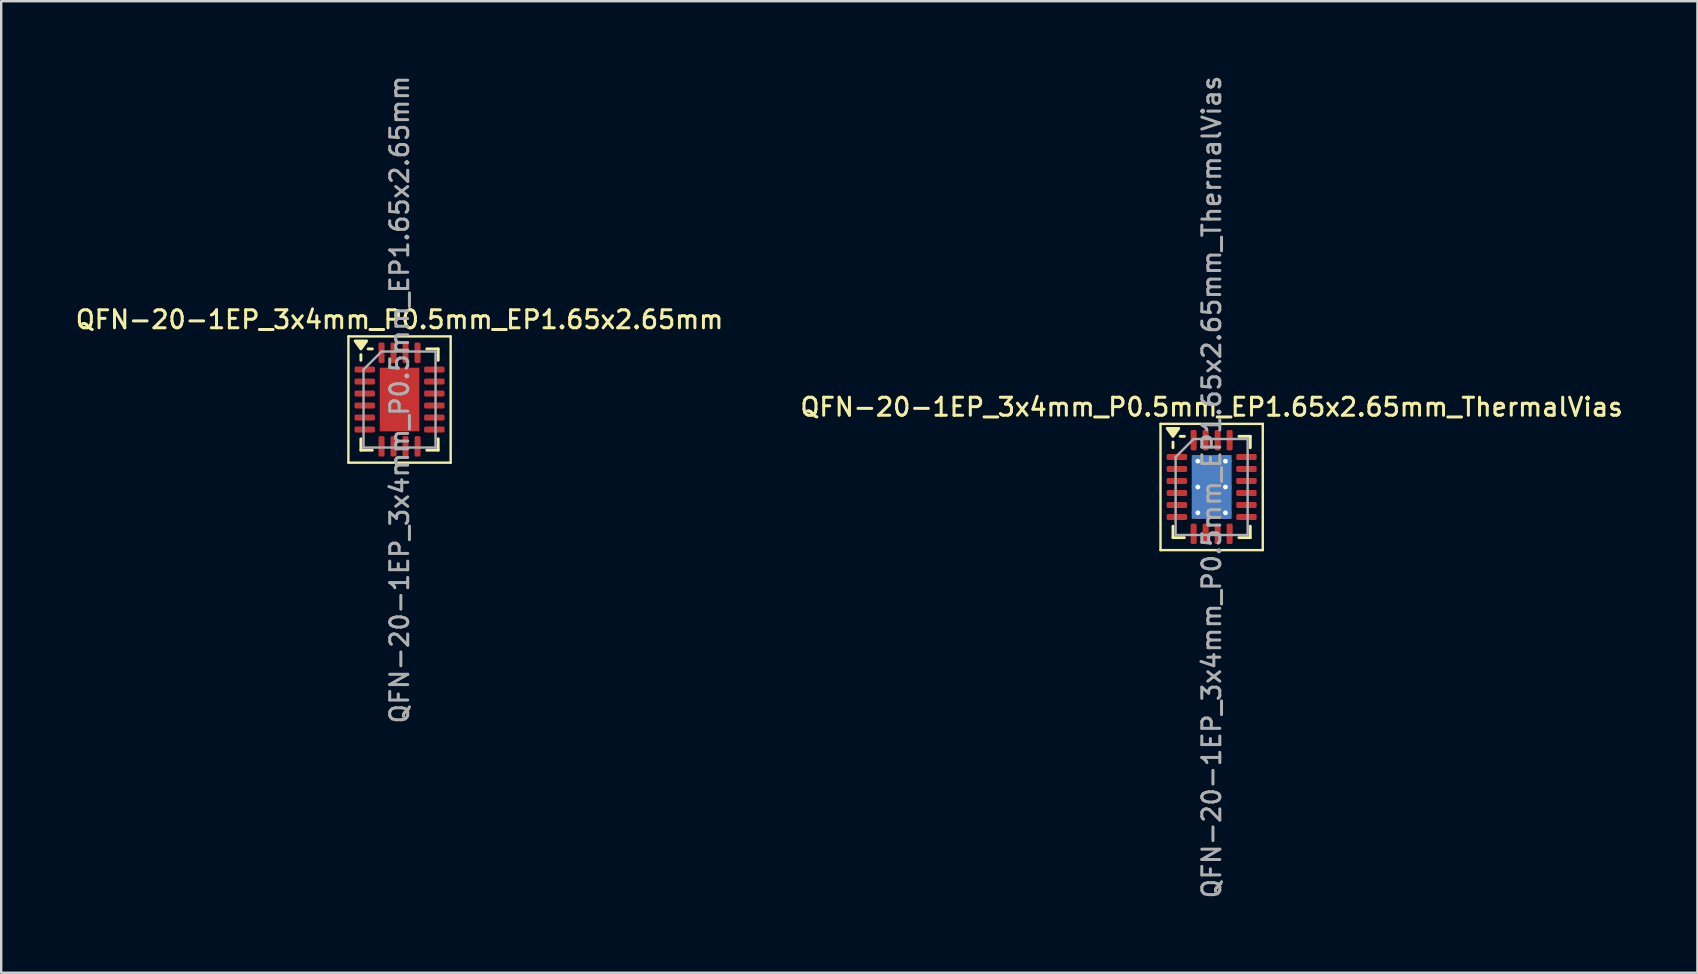
<source format=kicad_pcb>
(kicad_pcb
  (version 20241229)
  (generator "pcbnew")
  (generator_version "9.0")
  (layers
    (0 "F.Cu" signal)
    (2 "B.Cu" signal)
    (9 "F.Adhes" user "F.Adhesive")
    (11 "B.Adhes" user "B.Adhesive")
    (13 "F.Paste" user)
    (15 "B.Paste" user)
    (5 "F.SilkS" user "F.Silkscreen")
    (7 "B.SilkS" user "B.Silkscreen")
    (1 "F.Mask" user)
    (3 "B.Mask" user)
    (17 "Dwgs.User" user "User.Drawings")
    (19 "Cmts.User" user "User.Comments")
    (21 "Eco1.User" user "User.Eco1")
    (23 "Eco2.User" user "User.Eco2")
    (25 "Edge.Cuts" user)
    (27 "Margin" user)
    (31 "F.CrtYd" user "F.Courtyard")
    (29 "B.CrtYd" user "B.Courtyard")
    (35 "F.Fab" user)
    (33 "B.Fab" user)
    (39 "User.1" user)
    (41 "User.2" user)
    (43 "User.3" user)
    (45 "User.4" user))
  (footprint "QFN-20-1EP_3x4mm_P0.5mm_EP1.65x2.65mm"
    (layer "F.Cu")
    (at 13.595 13.595)
    (property "Reference" "QFN-20-1EP_3x4mm_P0.5mm_EP1.65x2.65mm" (at 0 -3.33 0) (layer "F.SilkS") (effects (font (size 0.75 0.75) (thickness 0.125))))
    (attr smd)
    (fp_line (start -2.13 -2.63) (end -2.13 2.63) (stroke (width 0.1) (type solid)) (layer "F.SilkS"))
    (fp_line (start -2.13 2.63) (end 2.13 2.63) (stroke (width 0.1) (type solid)) (layer "F.SilkS"))
    (fp_line (start -1.61 -1.635) (end -1.61 -1.87) (stroke (width 0.12) (type solid)) (layer "F.SilkS"))
    (fp_line (start -1.61 2.11) (end -1.61 1.635) (stroke (width 0.12) (type solid)) (layer "F.SilkS"))
    (fp_line (start -1.135 -2.11) (end -1.31 -2.11) (stroke (width 0.12) (type solid)) (layer "F.SilkS"))
    (fp_line (start -1.135 2.11) (end -1.61 2.11) (stroke (width 0.12) (type solid)) (layer "F.SilkS"))
    (fp_line (start 1.135 -2.11) (end 1.61 -2.11) (stroke (width 0.12) (type solid)) (layer "F.SilkS"))
    (fp_line (start 1.135 2.11) (end 1.61 2.11) (stroke (width 0.12) (type solid)) (layer "F.SilkS"))
    (fp_line (start 1.61 -2.11) (end 1.61 -1.635) (stroke (width 0.12) (type solid)) (layer "F.SilkS"))
    (fp_line (start 1.61 2.11) (end 1.61 1.635) (stroke (width 0.12) (type solid)) (layer "F.SilkS"))
    (fp_line (start 2.13 -2.63) (end -2.13 -2.63) (stroke (width 0.1) (type solid)) (layer "F.SilkS"))
    (fp_line (start 2.13 2.63) (end 2.13 -2.63) (stroke (width 0.1) (type solid)) (layer "F.SilkS"))
    (fp_poly (pts (xy -1.61 -2.11) (xy -1.85 -2.44) (xy -1.37 -2.44) (xy -1.61 -2.11)) (stroke (width 0.12) (type solid)) (fill yes) (layer "F.SilkS"))
    (fp_line (start -1.5 -1.25) (end -0.75 -2) (stroke (width 0.1) (type solid)) (layer "F.Fab"))
    (fp_line (start -1.5 2) (end -1.5 -1.25) (stroke (width 0.1) (type solid)) (layer "F.Fab"))
    (fp_line (start -0.75 -2) (end 1.5 -2) (stroke (width 0.1) (type solid)) (layer "F.Fab"))
    (fp_line (start 1.5 -2) (end 1.5 2) (stroke (width 0.1) (type solid)) (layer "F.Fab"))
    (fp_line (start 1.5 2) (end -1.5 2) (stroke (width 0.1) (type solid)) (layer "F.Fab"))
    (fp_text user "${REFERENCE}" (at 0 0 90) (layer "F.Fab") (effects (font (size 0.75 0.75) (thickness 0.125))))
    (pad "" smd roundrect (at -0.41 -0.66) (size 0.67 1.07) (layers "F.Paste") (roundrect_rratio 0.25))
    (pad "" smd roundrect (at -0.41 0.66) (size 0.67 1.07) (layers "F.Paste") (roundrect_rratio 0.25))
    (pad "" smd roundrect (at 0.41 -0.66) (size 0.67 1.07) (layers "F.Paste") (roundrect_rratio 0.25))
    (pad "" smd roundrect (at 0.41 0.66) (size 0.67 1.07) (layers "F.Paste") (roundrect_rratio 0.25))
    (pad "1" smd roundrect (at -1.45 -1.25) (size 0.85 0.25) (layers "F.Cu" "F.Mask" "F.Paste") (roundrect_rratio 0.25))
    (pad "2" smd roundrect (at -1.45 -0.75) (size 0.85 0.25) (layers "F.Cu" "F.Mask" "F.Paste") (roundrect_rratio 0.25))
    (pad "3" smd roundrect (at -1.45 -0.25) (size 0.85 0.25) (layers "F.Cu" "F.Mask" "F.Paste") (roundrect_rratio 0.25))
    (pad "4" smd roundrect (at -1.45 0.25) (size 0.85 0.25) (layers "F.Cu" "F.Mask" "F.Paste") (roundrect_rratio 0.25))
    (pad "5" smd roundrect (at -1.45 0.75) (size 0.85 0.25) (layers "F.Cu" "F.Mask" "F.Paste") (roundrect_rratio 0.25))
    (pad "6" smd roundrect (at -1.45 1.25) (size 0.85 0.25) (layers "F.Cu" "F.Mask" "F.Paste") (roundrect_rratio 0.25))
    (pad "7" smd roundrect (at -0.75 1.95) (size 0.25 0.85) (layers "F.Cu" "F.Mask" "F.Paste") (roundrect_rratio 0.25))
    (pad "8" smd roundrect (at -0.25 1.95) (size 0.25 0.85) (layers "F.Cu" "F.Mask" "F.Paste") (roundrect_rratio 0.25))
    (pad "9" smd roundrect (at 0.25 1.95) (size 0.25 0.85) (layers "F.Cu" "F.Mask" "F.Paste") (roundrect_rratio 0.25))
    (pad "10" smd roundrect (at 0.75 1.95) (size 0.25 0.85) (layers "F.Cu" "F.Mask" "F.Paste") (roundrect_rratio 0.25))
    (pad "11" smd roundrect (at 1.45 1.25) (size 0.85 0.25) (layers "F.Cu" "F.Mask" "F.Paste") (roundrect_rratio 0.25))
    (pad "12" smd roundrect (at 1.45 0.75) (size 0.85 0.25) (layers "F.Cu" "F.Mask" "F.Paste") (roundrect_rratio 0.25))
    (pad "13" smd roundrect (at 1.45 0.25) (size 0.85 0.25) (layers "F.Cu" "F.Mask" "F.Paste") (roundrect_rratio 0.25))
    (pad "14" smd roundrect (at 1.45 -0.25) (size 0.85 0.25) (layers "F.Cu" "F.Mask" "F.Paste") (roundrect_rratio 0.25))
    (pad "15" smd roundrect (at 1.45 -0.75) (size 0.85 0.25) (layers "F.Cu" "F.Mask" "F.Paste") (roundrect_rratio 0.25))
    (pad "16" smd roundrect (at 1.45 -1.25) (size 0.85 0.25) (layers "F.Cu" "F.Mask" "F.Paste") (roundrect_rratio 0.25))
    (pad "17" smd roundrect (at 0.75 -1.95) (size 0.25 0.85) (layers "F.Cu" "F.Mask" "F.Paste") (roundrect_rratio 0.25))
    (pad "18" smd roundrect (at 0.25 -1.95) (size 0.25 0.85) (layers "F.Cu" "F.Mask" "F.Paste") (roundrect_rratio 0.25))
    (pad "19" smd roundrect (at -0.25 -1.95) (size 0.25 0.85) (layers "F.Cu" "F.Mask" "F.Paste") (roundrect_rratio 0.25))
    (pad "20" smd roundrect (at -0.75 -1.95) (size 0.25 0.85) (layers "F.Cu" "F.Mask" "F.Paste") (roundrect_rratio 0.25))
    (pad "21" smd rect (at 0 0) (size 1.65 2.65) (property pad_prop_heatsink) (layers "F.Cu" "F.Mask")))
  (footprint "QFN-20-1EP_3x4mm_P0.5mm_EP1.65x2.65mm_ThermalVias"
    (layer "F.Cu")
    (at 47.427 17.238)
    (property "Reference" "QFN-20-1EP_3x4mm_P0.5mm_EP1.65x2.65mm_ThermalVias" (at 0 -3.33 0) (layer "F.SilkS") (effects (font (size 0.75 0.75) (thickness 0.125))))
    (attr smd)
    (fp_line (start -2.13 -2.63) (end -2.13 2.63) (stroke (width 0.1) (type solid)) (layer "F.SilkS"))
    (fp_line (start -2.13 2.63) (end 2.13 2.63) (stroke (width 0.1) (type solid)) (layer "F.SilkS"))
    (fp_line (start -1.61 -1.635) (end -1.61 -1.87) (stroke (width 0.12) (type solid)) (layer "F.SilkS"))
    (fp_line (start -1.61 2.11) (end -1.61 1.635) (stroke (width 0.12) (type solid)) (layer "F.SilkS"))
    (fp_line (start -1.135 -2.11) (end -1.31 -2.11) (stroke (width 0.12) (type solid)) (layer "F.SilkS"))
    (fp_line (start -1.135 2.11) (end -1.61 2.11) (stroke (width 0.12) (type solid)) (layer "F.SilkS"))
    (fp_line (start 1.135 -2.11) (end 1.61 -2.11) (stroke (width 0.12) (type solid)) (layer "F.SilkS"))
    (fp_line (start 1.135 2.11) (end 1.61 2.11) (stroke (width 0.12) (type solid)) (layer "F.SilkS"))
    (fp_line (start 1.61 -2.11) (end 1.61 -1.635) (stroke (width 0.12) (type solid)) (layer "F.SilkS"))
    (fp_line (start 1.61 2.11) (end 1.61 1.635) (stroke (width 0.12) (type solid)) (layer "F.SilkS"))
    (fp_line (start 2.13 -2.63) (end -2.13 -2.63) (stroke (width 0.1) (type solid)) (layer "F.SilkS"))
    (fp_line (start 2.13 2.63) (end 2.13 -2.63) (stroke (width 0.1) (type solid)) (layer "F.SilkS"))
    (fp_poly (pts (xy -1.61 -2.11) (xy -1.85 -2.44) (xy -1.37 -2.44) (xy -1.61 -2.11)) (stroke (width 0.12) (type solid)) (fill yes) (layer "F.SilkS"))
    (fp_line (start -1.5 -1.25) (end -0.75 -2) (stroke (width 0.1) (type solid)) (layer "F.Fab"))
    (fp_line (start -1.5 2) (end -1.5 -1.25) (stroke (width 0.1) (type solid)) (layer "F.Fab"))
    (fp_line (start -0.75 -2) (end 1.5 -2) (stroke (width 0.1) (type solid)) (layer "F.Fab"))
    (fp_line (start 1.5 -2) (end 1.5 2) (stroke (width 0.1) (type solid)) (layer "F.Fab"))
    (fp_line (start 1.5 2) (end -1.5 2) (stroke (width 0.1) (type solid)) (layer "F.Fab"))
    (fp_text user "${REFERENCE}" (at 0 0 90) (layer "F.Fab") (effects (font (size 0.75 0.75) (thickness 0.125))))
    (pad "" smd roundrect (at -0.41 -0.66) (size 0.71 1.15) (layers "F.Paste") (roundrect_rratio 0.25))
    (pad "" smd roundrect (at -0.41 0.66) (size 0.71 1.15) (layers "F.Paste") (roundrect_rratio 0.25))
    (pad "" smd roundrect (at 0.41 -0.66) (size 0.71 1.15) (layers "F.Paste") (roundrect_rratio 0.25))
    (pad "" smd roundrect (at 0.41 0.66) (size 0.71 1.15) (layers "F.Paste") (roundrect_rratio 0.25))
    (pad "1" smd roundrect (at -1.45 -1.25) (size 0.85 0.25) (layers "F.Cu" "F.Mask" "F.Paste") (roundrect_rratio 0.25))
    (pad "2" smd roundrect (at -1.45 -0.75) (size 0.85 0.25) (layers "F.Cu" "F.Mask" "F.Paste") (roundrect_rratio 0.25))
    (pad "3" smd roundrect (at -1.45 -0.25) (size 0.85 0.25) (layers "F.Cu" "F.Mask" "F.Paste") (roundrect_rratio 0.25))
    (pad "4" smd roundrect (at -1.45 0.25) (size 0.85 0.25) (layers "F.Cu" "F.Mask" "F.Paste") (roundrect_rratio 0.25))
    (pad "5" smd roundrect (at -1.45 0.75) (size 0.85 0.25) (layers "F.Cu" "F.Mask" "F.Paste") (roundrect_rratio 0.25))
    (pad "6" smd roundrect (at -1.45 1.25) (size 0.85 0.25) (layers "F.Cu" "F.Mask" "F.Paste") (roundrect_rratio 0.25))
    (pad "7" smd roundrect (at -0.75 1.95) (size 0.25 0.85) (layers "F.Cu" "F.Mask" "F.Paste") (roundrect_rratio 0.25))
    (pad "8" smd roundrect (at -0.25 1.95) (size 0.25 0.85) (layers "F.Cu" "F.Mask" "F.Paste") (roundrect_rratio 0.25))
    (pad "9" smd roundrect (at 0.25 1.95) (size 0.25 0.85) (layers "F.Cu" "F.Mask" "F.Paste") (roundrect_rratio 0.25))
    (pad "10" smd roundrect (at 0.75 1.95) (size 0.25 0.85) (layers "F.Cu" "F.Mask" "F.Paste") (roundrect_rratio 0.25))
    (pad "11" smd roundrect (at 1.45 1.25) (size 0.85 0.25) (layers "F.Cu" "F.Mask" "F.Paste") (roundrect_rratio 0.25))
    (pad "12" smd roundrect (at 1.45 0.75) (size 0.85 0.25) (layers "F.Cu" "F.Mask" "F.Paste") (roundrect_rratio 0.25))
    (pad "13" smd roundrect (at 1.45 0.25) (size 0.85 0.25) (layers "F.Cu" "F.Mask" "F.Paste") (roundrect_rratio 0.25))
    (pad "14" smd roundrect (at 1.45 -0.25) (size 0.85 0.25) (layers "F.Cu" "F.Mask" "F.Paste") (roundrect_rratio 0.25))
    (pad "15" smd roundrect (at 1.45 -0.75) (size 0.85 0.25) (layers "F.Cu" "F.Mask" "F.Paste") (roundrect_rratio 0.25))
    (pad "16" smd roundrect (at 1.45 -1.25) (size 0.85 0.25) (layers "F.Cu" "F.Mask" "F.Paste") (roundrect_rratio 0.25))
    (pad "17" smd roundrect (at 0.75 -1.95) (size 0.25 0.85) (layers "F.Cu" "F.Mask" "F.Paste") (roundrect_rratio 0.25))
    (pad "18" smd roundrect (at 0.25 -1.95) (size 0.25 0.85) (layers "F.Cu" "F.Mask" "F.Paste") (roundrect_rratio 0.25))
    (pad "19" smd roundrect (at -0.25 -1.95) (size 0.25 0.85) (layers "F.Cu" "F.Mask" "F.Paste") (roundrect_rratio 0.25))
    (pad "20" smd roundrect (at -0.75 -1.95) (size 0.25 0.85) (layers "F.Cu" "F.Mask" "F.Paste") (roundrect_rratio 0.25))
    (pad "21" thru_hole circle (at -0.575 -1.075) (size 0.5 0.5) (drill 0.2) (property pad_prop_heatsink) (layers "*.Cu"))
    (pad "21" thru_hole circle (at -0.575 0) (size 0.5 0.5) (drill 0.2) (property pad_prop_heatsink) (layers "*.Cu"))
    (pad "21" thru_hole circle (at -0.575 1.075) (size 0.5 0.5) (drill 0.2) (property pad_prop_heatsink) (layers "*.Cu"))
    (pad "21" smd rect (at 0 0) (size 1.65 2.65) (property pad_prop_heatsink) (layers "F.Cu" "F.Mask"))
    (pad "21" smd rect (at 0 0) (size 1.65 2.65) (property pad_prop_heatsink) (layers "B.Cu"))
    (pad "21" thru_hole circle (at 0.575 -1.075) (size 0.5 0.5) (drill 0.2) (property pad_prop_heatsink) (layers "*.Cu"))
    (pad "21" thru_hole circle (at 0.575 0) (size 0.5 0.5) (drill 0.2) (property pad_prop_heatsink) (layers "*.Cu"))
    (pad "21" thru_hole circle (at 0.575 1.075) (size 0.5 0.5) (drill 0.2) (property pad_prop_heatsink) (layers "*.Cu")))
  (gr_rect
    (start -3 -3)
    (end 67.664 37.475)
    (stroke (width 0.1) (type default))
    (fill no)
    (layer "Edge.Cuts")))
</source>
